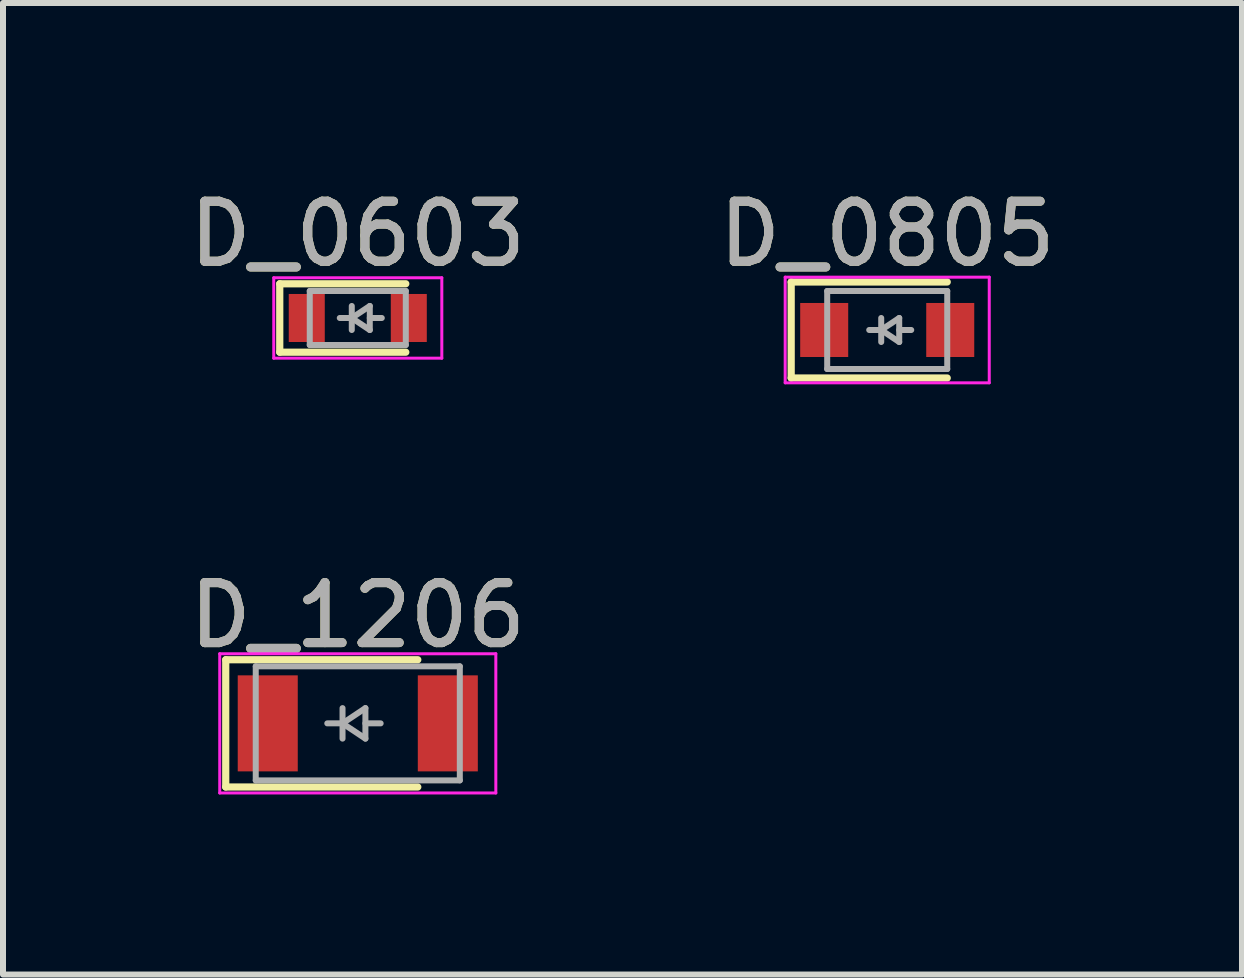
<source format=kicad_pcb>
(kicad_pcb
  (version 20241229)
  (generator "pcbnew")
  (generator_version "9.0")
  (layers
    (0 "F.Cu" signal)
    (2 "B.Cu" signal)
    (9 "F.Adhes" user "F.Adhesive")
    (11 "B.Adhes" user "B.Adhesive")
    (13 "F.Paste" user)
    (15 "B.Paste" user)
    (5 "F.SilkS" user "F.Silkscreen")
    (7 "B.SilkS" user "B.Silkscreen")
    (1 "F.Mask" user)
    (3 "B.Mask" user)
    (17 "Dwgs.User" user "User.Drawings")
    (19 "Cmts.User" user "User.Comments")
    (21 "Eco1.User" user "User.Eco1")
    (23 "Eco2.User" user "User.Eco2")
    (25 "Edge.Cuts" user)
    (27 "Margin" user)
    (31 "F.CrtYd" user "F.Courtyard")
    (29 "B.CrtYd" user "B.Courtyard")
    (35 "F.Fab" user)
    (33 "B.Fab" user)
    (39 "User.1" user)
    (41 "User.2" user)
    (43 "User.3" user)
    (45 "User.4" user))
  (footprint "D_1206"
    (layer "F.Cu")
    (at 2.911 9.002)
    (property "Reference" "D_1206" (at 0 -1.8 0) (layer "F.SilkS") (effects (font (size 1 1) (thickness 0.15))))
    (attr smd)
    (fp_line (start -2.2 -1.06) (end -2.2 1.06) (stroke (width 0.12) (type solid)) (layer "F.SilkS"))
    (fp_line (start -2.2 1.06) (end 1 1.06) (stroke (width 0.12) (type solid)) (layer "F.SilkS"))
    (fp_line (start 1 -1.06) (end -2.2 -1.06) (stroke (width 0.12) (type solid)) (layer "F.SilkS"))
    (fp_line (start -2.3 -1.16) (end -2.3 1.16) (stroke (width 0.05) (type solid)) (layer "F.CrtYd"))
    (fp_line (start -2.3 -1.16) (end 2.3 -1.16) (stroke (width 0.05) (type solid)) (layer "F.CrtYd"))
    (fp_line (start -2.3 1.16) (end 2.3 1.16) (stroke (width 0.05) (type solid)) (layer "F.CrtYd"))
    (fp_line (start 2.3 -1.16) (end 2.3 1.16) (stroke (width 0.05) (type solid)) (layer "F.CrtYd"))
    (fp_line (start -1.7 -0.95) (end 1.7 -0.95) (stroke (width 0.1) (type solid)) (layer "F.Fab"))
    (fp_line (start -1.7 0.95) (end -1.7 -0.95) (stroke (width 0.1) (type solid)) (layer "F.Fab"))
    (fp_line (start -0.254 -0.254) (end -0.254 0.254) (stroke (width 0.1) (type solid)) (layer "F.Fab"))
    (fp_line (start -0.254 0) (end -0.508 0) (stroke (width 0.1) (type solid)) (layer "F.Fab"))
    (fp_line (start -0.254 0) (end 0.127 -0.254) (stroke (width 0.1) (type solid)) (layer "F.Fab"))
    (fp_line (start 0.127 -0.254) (end 0.127 0.254) (stroke (width 0.1) (type solid)) (layer "F.Fab"))
    (fp_line (start 0.127 0) (end 0.381 0) (stroke (width 0.1) (type solid)) (layer "F.Fab"))
    (fp_line (start 0.127 0.254) (end -0.254 0) (stroke (width 0.1) (type solid)) (layer "F.Fab"))
    (fp_line (start 1.7 -0.95) (end 1.7 0.95) (stroke (width 0.1) (type solid)) (layer "F.Fab"))
    (fp_line (start 1.7 0.95) (end -1.7 0.95) (stroke (width 0.1) (type solid)) (layer "F.Fab"))
    (fp_text user "${REFERENCE}" (at 0 -1.8 0) (layer "F.Fab") (effects (font (size 1 1) (thickness 0.15))))
    (pad "1" smd rect (at -1.5 0) (size 1 1.6) (layers "F.Cu" "F.Mask" "F.Paste"))
    (pad "2" smd rect (at 1.5 0) (size 1 1.6) (layers "F.Cu" "F.Mask" "F.Paste")))
  (footprint "D_0805"
    (layer "F.Cu")
    (at 11.732 2.448)
    (property "Reference" "D_0805" (at 0 -1.6 0) (layer "F.SilkS") (effects (font (size 1 1) (thickness 0.15))))
    (attr smd)
    (fp_line (start -1.6 -0.8) (end -1.6 0.8) (stroke (width 0.12) (type solid)) (layer "F.SilkS"))
    (fp_line (start -1.6 -0.8) (end 1 -0.8) (stroke (width 0.12) (type solid)) (layer "F.SilkS"))
    (fp_line (start -1.6 0.8) (end 1 0.8) (stroke (width 0.12) (type solid)) (layer "F.SilkS"))
    (fp_line (start -1.7 -0.88) (end 1.7 -0.88) (stroke (width 0.05) (type solid)) (layer "F.CrtYd"))
    (fp_line (start -1.7 0.88) (end -1.7 -0.88) (stroke (width 0.05) (type solid)) (layer "F.CrtYd"))
    (fp_line (start 1.7 -0.88) (end 1.7 0.88) (stroke (width 0.05) (type solid)) (layer "F.CrtYd"))
    (fp_line (start 1.7 0.88) (end -1.7 0.88) (stroke (width 0.05) (type solid)) (layer "F.CrtYd"))
    (fp_line (start -1 -0.65) (end 1 -0.65) (stroke (width 0.1) (type solid)) (layer "F.Fab"))
    (fp_line (start -1 0.65) (end -1 -0.65) (stroke (width 0.1) (type solid)) (layer "F.Fab"))
    (fp_line (start -0.1 -0.2) (end -0.1 0.2) (stroke (width 0.1) (type solid)) (layer "F.Fab"))
    (fp_line (start -0.1 0) (end -0.3 0) (stroke (width 0.1) (type solid)) (layer "F.Fab"))
    (fp_line (start -0.1 0) (end 0.2 0.2) (stroke (width 0.1) (type solid)) (layer "F.Fab"))
    (fp_line (start 0.2 -0.2) (end -0.1 0) (stroke (width 0.1) (type solid)) (layer "F.Fab"))
    (fp_line (start 0.2 0) (end 0.4 0) (stroke (width 0.1) (type solid)) (layer "F.Fab"))
    (fp_line (start 0.2 0.2) (end 0.2 -0.2) (stroke (width 0.1) (type solid)) (layer "F.Fab"))
    (fp_line (start 1 -0.65) (end 1 0.65) (stroke (width 0.1) (type solid)) (layer "F.Fab"))
    (fp_line (start 1 0.65) (end -1 0.65) (stroke (width 0.1) (type solid)) (layer "F.Fab"))
    (fp_text user "${REFERENCE}" (at 0 -1.6 0) (layer "F.Fab") (effects (font (size 1 1) (thickness 0.15))))
    (pad "1" smd rect (at -1.05 0) (size 0.8 0.9) (layers "F.Cu" "F.Mask" "F.Paste"))
    (pad "2" smd rect (at 1.05 0) (size 0.8 0.9) (layers "F.Cu" "F.Mask" "F.Paste")))
  (footprint "D_0603"
    (layer "F.Cu")
    (at 2.911 2.248)
    (property "Reference" "D_0603" (at 0 -1.4 0) (layer "F.SilkS") (effects (font (size 1 1) (thickness 0.15))))
    (attr smd)
    (fp_line (start -1.3 -0.57) (end -1.3 0.57) (stroke (width 0.12) (type solid)) (layer "F.SilkS"))
    (fp_line (start -1.3 -0.57) (end 0.8 -0.57) (stroke (width 0.12) (type solid)) (layer "F.SilkS"))
    (fp_line (start -1.3 0.57) (end 0.8 0.57) (stroke (width 0.12) (type solid)) (layer "F.SilkS"))
    (fp_line (start -1.4 -0.67) (end -1.4 0.67) (stroke (width 0.05) (type solid)) (layer "F.CrtYd"))
    (fp_line (start -1.4 0.67) (end 1.4 0.67) (stroke (width 0.05) (type solid)) (layer "F.CrtYd"))
    (fp_line (start 1.4 -0.67) (end -1.4 -0.67) (stroke (width 0.05) (type solid)) (layer "F.CrtYd"))
    (fp_line (start 1.4 0.67) (end 1.4 -0.67) (stroke (width 0.05) (type solid)) (layer "F.CrtYd"))
    (fp_line (start -0.8 -0.45) (end 0.8 -0.45) (stroke (width 0.1) (type solid)) (layer "F.Fab"))
    (fp_line (start -0.8 0.45) (end -0.8 -0.45) (stroke (width 0.1) (type solid)) (layer "F.Fab"))
    (fp_line (start -0.1 -0.2) (end -0.1 0.2) (stroke (width 0.1) (type solid)) (layer "F.Fab"))
    (fp_line (start -0.1 0) (end -0.3 0) (stroke (width 0.1) (type solid)) (layer "F.Fab"))
    (fp_line (start -0.1 0) (end 0.2 0.2) (stroke (width 0.1) (type solid)) (layer "F.Fab"))
    (fp_line (start 0.2 -0.2) (end -0.1 0) (stroke (width 0.1) (type solid)) (layer "F.Fab"))
    (fp_line (start 0.2 0) (end 0.4 0) (stroke (width 0.1) (type solid)) (layer "F.Fab"))
    (fp_line (start 0.2 0.2) (end 0.2 -0.2) (stroke (width 0.1) (type solid)) (layer "F.Fab"))
    (fp_line (start 0.8 -0.45) (end 0.8 0.45) (stroke (width 0.1) (type solid)) (layer "F.Fab"))
    (fp_line (start 0.8 0.45) (end -0.8 0.45) (stroke (width 0.1) (type solid)) (layer "F.Fab"))
    (fp_text user "${REFERENCE}" (at 0 -1.4 0) (layer "F.Fab") (effects (font (size 1 1) (thickness 0.15))))
    (pad "1" smd rect (at -0.85 0) (size 0.6 0.8) (layers "F.Cu" "F.Mask" "F.Paste"))
    (pad "2" smd rect (at 0.85 0) (size 0.6 0.8) (layers "F.Cu" "F.Mask" "F.Paste")))
  (gr_rect
    (start -3 -3)
    (end 17.643 13.187)
    (stroke (width 0.1) (type default))
    (fill no)
    (layer "Edge.Cuts")))
</source>
